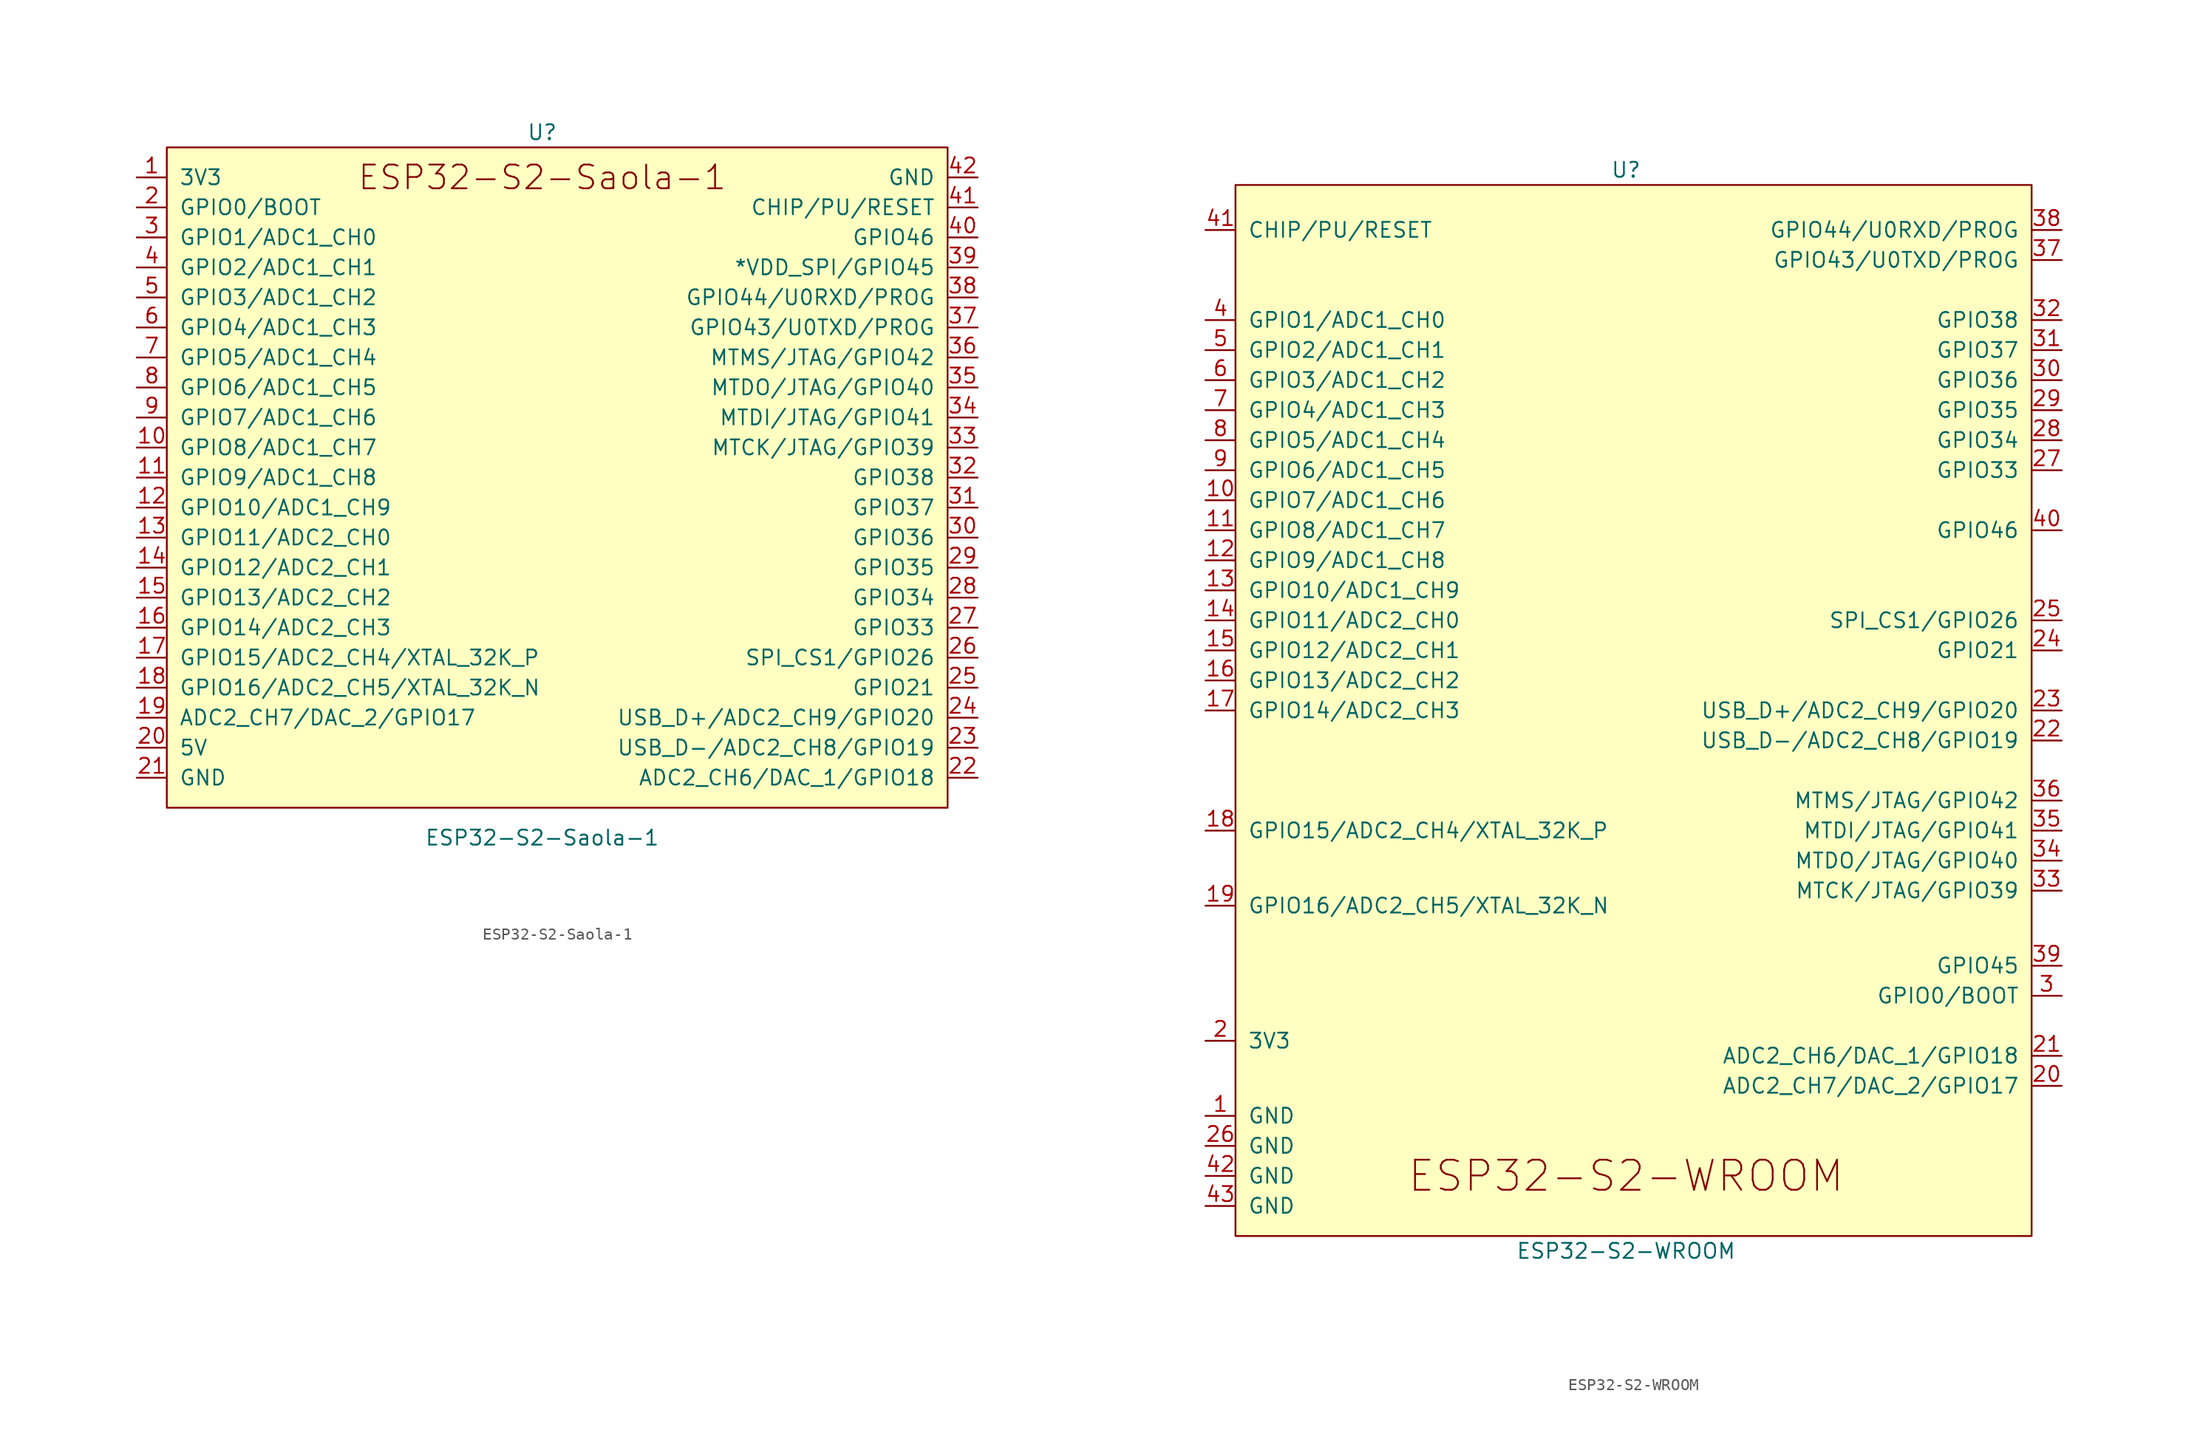
<source format=kicad_sym>
(kicad_symbol_lib
  (version 20211014)
  (generator kicad_symbol_editor)
  (symbol "ESP32-S2-Saola-1"
    (pin_names
      (offset 1.016))
    (property "Reference" "U"
      (at 0 27.94 0)
      (effects (font (size 1.27 1.27))))
    (property "Value" "ESP32-S2-Saola-1"
      (at 0 -31.75 0)
      (effects (font (size 1.27 1.27))))
    (symbol "ESP32-S2-Saola-1_0_0"
      (text "ESP32-S2-Saola-1" (at 0 24.13 0) (effects (font (size 2.007 2.007))))
      (pin power_in line (at -34.29 24.13 0) (length 2.54) (name "3V3" (effects (font (size 1.27 1.27)))) (number "1" (effects (font (size 1.27 1.27)))))
      (pin bidirectional line (at -34.29 1.27 0) (length 2.54) (name "GPIO8/ADC1_CH7" (effects (font (size 1.27 1.27)))) (number "10" (effects (font (size 1.27 1.27)))))
      (pin bidirectional line (at -34.29 -1.27 0) (length 2.54) (name "GPIO9/ADC1_CH8" (effects (font (size 1.27 1.27)))) (number "11" (effects (font (size 1.27 1.27)))))
      (pin bidirectional line (at -34.29 -3.81 0) (length 2.54) (name "GPIO10/ADC1_CH9" (effects (font (size 1.27 1.27)))) (number "12" (effects (font (size 1.27 1.27)))))
      (pin bidirectional line (at -34.29 -6.35 0) (length 2.54) (name "GPIO11/ADC2_CH0" (effects (font (size 1.27 1.27)))) (number "13" (effects (font (size 1.27 1.27)))))
      (pin bidirectional line (at -34.29 -8.89 0) (length 2.54) (name "GPIO12/ADC2_CH1" (effects (font (size 1.27 1.27)))) (number "14" (effects (font (size 1.27 1.27)))))
      (pin bidirectional line (at -34.29 -11.43 0) (length 2.54) (name "GPIO13/ADC2_CH2" (effects (font (size 1.27 1.27)))) (number "15" (effects (font (size 1.27 1.27)))))
      (pin bidirectional line (at -34.29 -13.97 0) (length 2.54) (name "GPIO14/ADC2_CH3" (effects (font (size 1.27 1.27)))) (number "16" (effects (font (size 1.27 1.27)))))
      (pin bidirectional line (at -34.29 -16.51 0) (length 2.54) (name "GPIO15/ADC2_CH4/XTAL_32K_P" (effects (font (size 1.27 1.27)))) (number "17" (effects (font (size 1.27 1.27)))))
      (pin bidirectional line (at -34.29 -19.05 0) (length 2.54) (name "GPIO16/ADC2_CH5/XTAL_32K_N" (effects (font (size 1.27 1.27)))) (number "18" (effects (font (size 1.27 1.27)))))
      (pin bidirectional line (at -34.29 -21.59 0) (length 2.54) (name "ADC2_CH7/DAC_2/GPIO17" (effects (font (size 1.27 1.27)))) (number "19" (effects (font (size 1.27 1.27)))))
      (pin bidirectional line (at -34.29 21.59 0) (length 2.54) (name "GPIO0/BOOT" (effects (font (size 1.27 1.27)))) (number "2" (effects (font (size 1.27 1.27)))))
      (pin power_in line (at -34.29 -24.13 0) (length 2.54) (name "5V" (effects (font (size 1.27 1.27)))) (number "20" (effects (font (size 1.27 1.27)))))
      (pin power_in line (at -34.29 -26.67 0) (length 2.54) (name "GND" (effects (font (size 1.27 1.27)))) (number "21" (effects (font (size 1.27 1.27)))))
      (pin bidirectional line (at 36.83 -26.67 180) (length 2.54) (name "ADC2_CH6/DAC_1/GPIO18" (effects (font (size 1.27 1.27)))) (number "22" (effects (font (size 1.27 1.27)))))
      (pin bidirectional line (at 36.83 -24.13 180) (length 2.54) (name "USB_D-/ADC2_CH8/GPIO19" (effects (font (size 1.27 1.27)))) (number "23" (effects (font (size 1.27 1.27)))))
      (pin bidirectional line (at 36.83 -21.59 180) (length 2.54) (name "USB_D+/ADC2_CH9/GPIO20" (effects (font (size 1.27 1.27)))) (number "24" (effects (font (size 1.27 1.27)))))
      (pin bidirectional line (at 36.83 -19.05 180) (length 2.54) (name "GPIO21" (effects (font (size 1.27 1.27)))) (number "25" (effects (font (size 1.27 1.27)))))
      (pin bidirectional line (at 36.83 -16.51 180) (length 2.54) (name "SPI_CS1/GPIO26" (effects (font (size 1.27 1.27)))) (number "26" (effects (font (size 1.27 1.27)))))
      (pin bidirectional line (at 36.83 -13.97 180) (length 2.54) (name "GPIO33" (effects (font (size 1.27 1.27)))) (number "27" (effects (font (size 1.27 1.27)))))
      (pin bidirectional line (at 36.83 -11.43 180) (length 2.54) (name "GPIO34" (effects (font (size 1.27 1.27)))) (number "28" (effects (font (size 1.27 1.27)))))
      (pin bidirectional line (at 36.83 -8.89 180) (length 2.54) (name "GPIO35" (effects (font (size 1.27 1.27)))) (number "29" (effects (font (size 1.27 1.27)))))
      (pin bidirectional line (at -34.29 19.05 0) (length 2.54) (name "GPIO1/ADC1_CH0" (effects (font (size 1.27 1.27)))) (number "3" (effects (font (size 1.27 1.27)))))
      (pin bidirectional line (at 36.83 -6.35 180) (length 2.54) (name "GPIO36" (effects (font (size 1.27 1.27)))) (number "30" (effects (font (size 1.27 1.27)))))
      (pin bidirectional line (at 36.83 -3.81 180) (length 2.54) (name "GPIO37" (effects (font (size 1.27 1.27)))) (number "31" (effects (font (size 1.27 1.27)))))
      (pin bidirectional line (at 36.83 -1.27 180) (length 2.54) (name "GPIO38" (effects (font (size 1.27 1.27)))) (number "32" (effects (font (size 1.27 1.27)))))
      (pin bidirectional line (at 36.83 1.27 180) (length 2.54) (name "MTCK/JTAG/GPIO39" (effects (font (size 1.27 1.27)))) (number "33" (effects (font (size 1.27 1.27)))))
      (pin bidirectional line (at 36.83 3.81 180) (length 2.54) (name "MTDI/JTAG/GPIO41" (effects (font (size 1.27 1.27)))) (number "34" (effects (font (size 1.27 1.27)))))
      (pin bidirectional line (at 36.83 6.35 180) (length 2.54) (name "MTDO/JTAG/GPIO40" (effects (font (size 1.27 1.27)))) (number "35" (effects (font (size 1.27 1.27)))))
      (pin bidirectional line (at 36.83 8.89 180) (length 2.54) (name "MTMS/JTAG/GPIO42" (effects (font (size 1.27 1.27)))) (number "36" (effects (font (size 1.27 1.27)))))
      (pin bidirectional line (at 36.83 11.43 180) (length 2.54) (name "GPIO43/U0TXD/PROG" (effects (font (size 1.27 1.27)))) (number "37" (effects (font (size 1.27 1.27)))))
      (pin bidirectional line (at 36.83 13.97 180) (length 2.54) (name "GPIO44/U0RXD/PROG" (effects (font (size 1.27 1.27)))) (number "38" (effects (font (size 1.27 1.27)))))
      (pin bidirectional line (at 36.83 16.51 180) (length 2.54) (name "*VDD_SPI/GPIO45" (effects (font (size 1.27 1.27)))) (number "39" (effects (font (size 1.27 1.27)))))
      (pin unspecified line (at -34.29 16.51 0) (length 2.54) (name "GPIO2/ADC1_CH1" (effects (font (size 1.27 1.27)))) (number "4" (effects (font (size 1.27 1.27)))))
      (pin input line (at 36.83 19.05 180) (length 2.54) (name "GPIO46" (effects (font (size 1.27 1.27)))) (number "40" (effects (font (size 1.27 1.27)))))
      (pin input line (at 36.83 21.59 180) (length 2.54) (name "CHIP/PU/RESET" (effects (font (size 1.27 1.27)))) (number "41" (effects (font (size 1.27 1.27)))))
      (pin power_in line (at 36.83 24.13 180) (length 2.54) (name "GND" (effects (font (size 1.27 1.27)))) (number "42" (effects (font (size 1.27 1.27)))))
      (pin bidirectional line (at -34.29 13.97 0) (length 2.54) (name "GPIO3/ADC1_CH2" (effects (font (size 1.27 1.27)))) (number "5" (effects (font (size 1.27 1.27)))))
      (pin bidirectional line (at -34.29 11.43 0) (length 2.54) (name "GPIO4/ADC1_CH3" (effects (font (size 1.27 1.27)))) (number "6" (effects (font (size 1.27 1.27)))))
      (pin bidirectional line (at -34.29 8.89 0) (length 2.54) (name "GPIO5/ADC1_CH4" (effects (font (size 1.27 1.27)))) (number "7" (effects (font (size 1.27 1.27)))))
      (pin bidirectional line (at -34.29 6.35 0) (length 2.54) (name "GPIO6/ADC1_CH5" (effects (font (size 1.27 1.27)))) (number "8" (effects (font (size 1.27 1.27)))))
      (pin bidirectional line (at -34.29 3.81 0) (length 2.54) (name "GPIO7/ADC1_CH6" (effects (font (size 1.27 1.27)))) (number "9" (effects (font (size 1.27 1.27))))))
    (symbol "ESP32-S2-Saola-1_0_1"
      (rectangle (start -31.75 26.67) (end 34.29 -29.21) (stroke (width 0) (type default) (color 0 0 0 0)) (fill (type background)))))
  (symbol "ESP32-S2-WROOM"
    (pin_names
      (offset 1.016))
    (property "Reference" "U"
      (at 0 45.72 0)
      (effects (font (size 1.27 1.27))))
    (property "Value" "ESP32-S2-WROOM"
      (at 0 -45.72 0)
      (effects (font (size 1.27 1.27))))
    (symbol "ESP32-S2-WROOM_0_0"
      (pin power_in line (at -35.56 -41.91 0) (length 2.54) (name "GND" (effects (font (size 1.27 1.27)))) (number "43" (effects (font (size 1.27 1.27))))))
    (symbol "ESP32-S2-WROOM_1_1"
      (rectangle (start -33.02 44.45) (end 34.29 -44.45) (stroke (width 0) (type default) (color 0 0 0 0)) (fill (type background)))
      (text "ESP32-S2-WROOM" (at 0 -39.37 0) (effects (font (size 2.54 2.54))))
      (pin power_in line (at -35.56 -34.29 0) (length 2.54) (name "GND" (effects (font (size 1.27 1.27)))) (number "1" (effects (font (size 1.27 1.27)))))
      (pin bidirectional line (at -35.56 17.78 0) (length 2.54) (name "GPIO7/ADC1_CH6" (effects (font (size 1.27 1.27)))) (number "10" (effects (font (size 1.27 1.27)))))
      (pin bidirectional line (at -35.56 15.24 0) (length 2.54) (name "GPIO8/ADC1_CH7" (effects (font (size 1.27 1.27)))) (number "11" (effects (font (size 1.27 1.27)))))
      (pin bidirectional line (at -35.56 12.7 0) (length 2.54) (name "GPIO9/ADC1_CH8" (effects (font (size 1.27 1.27)))) (number "12" (effects (font (size 1.27 1.27)))))
      (pin bidirectional line (at -35.56 10.16 0) (length 2.54) (name "GPIO10/ADC1_CH9" (effects (font (size 1.27 1.27)))) (number "13" (effects (font (size 1.27 1.27)))))
      (pin bidirectional line (at -35.56 7.62 0) (length 2.54) (name "GPIO11/ADC2_CH0" (effects (font (size 1.27 1.27)))) (number "14" (effects (font (size 1.27 1.27)))))
      (pin bidirectional line (at -35.56 5.08 0) (length 2.54) (name "GPIO12/ADC2_CH1" (effects (font (size 1.27 1.27)))) (number "15" (effects (font (size 1.27 1.27)))))
      (pin bidirectional line (at -35.56 2.54 0) (length 2.54) (name "GPIO13/ADC2_CH2" (effects (font (size 1.27 1.27)))) (number "16" (effects (font (size 1.27 1.27)))))
      (pin bidirectional line (at -35.56 0 0) (length 2.54) (name "GPIO14/ADC2_CH3" (effects (font (size 1.27 1.27)))) (number "17" (effects (font (size 1.27 1.27)))))
      (pin bidirectional line (at -35.56 -10.16 0) (length 2.54) (name "GPIO15/ADC2_CH4/XTAL_32K_P" (effects (font (size 1.27 1.27)))) (number "18" (effects (font (size 1.27 1.27)))))
      (pin bidirectional line (at -35.56 -16.51 0) (length 2.54) (name "GPIO16/ADC2_CH5/XTAL_32K_N" (effects (font (size 1.27 1.27)))) (number "19" (effects (font (size 1.27 1.27)))))
      (pin power_in line (at -35.56 -27.94 0) (length 2.54) (name "3V3" (effects (font (size 1.27 1.27)))) (number "2" (effects (font (size 1.27 1.27)))))
      (pin bidirectional line (at 36.83 -31.75 180) (length 2.54) (name "ADC2_CH7/DAC_2/GPIO17" (effects (font (size 1.27 1.27)))) (number "20" (effects (font (size 1.27 1.27)))))
      (pin bidirectional line (at 36.83 -29.21 180) (length 2.54) (name "ADC2_CH6/DAC_1/GPIO18" (effects (font (size 1.27 1.27)))) (number "21" (effects (font (size 1.27 1.27)))))
      (pin bidirectional line (at 36.83 -2.54 180) (length 2.54) (name "USB_D-/ADC2_CH8/GPIO19" (effects (font (size 1.27 1.27)))) (number "22" (effects (font (size 1.27 1.27)))))
      (pin bidirectional line (at 36.83 0 180) (length 2.54) (name "USB_D+/ADC2_CH9/GPIO20" (effects (font (size 1.27 1.27)))) (number "23" (effects (font (size 1.27 1.27)))))
      (pin bidirectional line (at 36.83 5.08 180) (length 2.54) (name "GPIO21" (effects (font (size 1.27 1.27)))) (number "24" (effects (font (size 1.27 1.27)))))
      (pin bidirectional line (at 36.83 7.62 180) (length 2.54) (name "SPI_CS1/GPIO26" (effects (font (size 1.27 1.27)))) (number "25" (effects (font (size 1.27 1.27)))))
      (pin power_in line (at -35.56 -36.83 0) (length 2.54) (name "GND" (effects (font (size 1.27 1.27)))) (number "26" (effects (font (size 1.27 1.27)))))
      (pin bidirectional line (at 36.83 20.32 180) (length 2.54) (name "GPIO33" (effects (font (size 1.27 1.27)))) (number "27" (effects (font (size 1.27 1.27)))))
      (pin bidirectional line (at 36.83 22.86 180) (length 2.54) (name "GPIO34" (effects (font (size 1.27 1.27)))) (number "28" (effects (font (size 1.27 1.27)))))
      (pin bidirectional line (at 36.83 25.4 180) (length 2.54) (name "GPIO35" (effects (font (size 1.27 1.27)))) (number "29" (effects (font (size 1.27 1.27)))))
      (pin bidirectional line (at 36.83 -24.13 180) (length 2.54) (name "GPIO0/BOOT" (effects (font (size 1.27 1.27)))) (number "3" (effects (font (size 1.27 1.27)))))
      (pin bidirectional line (at 36.83 27.94 180) (length 2.54) (name "GPIO36" (effects (font (size 1.27 1.27)))) (number "30" (effects (font (size 1.27 1.27)))))
      (pin bidirectional line (at 36.83 30.48 180) (length 2.54) (name "GPIO37" (effects (font (size 1.27 1.27)))) (number "31" (effects (font (size 1.27 1.27)))))
      (pin bidirectional line (at 36.83 33.02 180) (length 2.54) (name "GPIO38" (effects (font (size 1.27 1.27)))) (number "32" (effects (font (size 1.27 1.27)))))
      (pin bidirectional line (at 36.83 -15.24 180) (length 2.54) (name "MTCK/JTAG/GPIO39" (effects (font (size 1.27 1.27)))) (number "33" (effects (font (size 1.27 1.27)))))
      (pin bidirectional line (at 36.83 -12.7 180) (length 2.54) (name "MTDO/JTAG/GPIO40" (effects (font (size 1.27 1.27)))) (number "34" (effects (font (size 1.27 1.27)))))
      (pin bidirectional line (at 36.83 -10.16 180) (length 2.54) (name "MTDI/JTAG/GPIO41" (effects (font (size 1.27 1.27)))) (number "35" (effects (font (size 1.27 1.27)))))
      (pin bidirectional line (at 36.83 -7.62 180) (length 2.54) (name "MTMS/JTAG/GPIO42" (effects (font (size 1.27 1.27)))) (number "36" (effects (font (size 1.27 1.27)))))
      (pin bidirectional line (at 36.83 38.1 180) (length 2.54) (name "GPIO43/U0TXD/PROG" (effects (font (size 1.27 1.27)))) (number "37" (effects (font (size 1.27 1.27)))))
      (pin bidirectional line (at 36.83 40.64 180) (length 2.54) (name "GPIO44/U0RXD/PROG" (effects (font (size 1.27 1.27)))) (number "38" (effects (font (size 1.27 1.27)))))
      (pin bidirectional line (at 36.83 -21.59 180) (length 2.54) (name "GPIO45" (effects (font (size 1.27 1.27)))) (number "39" (effects (font (size 1.27 1.27)))))
      (pin bidirectional line (at -35.56 33.02 0) (length 2.54) (name "GPIO1/ADC1_CH0" (effects (font (size 1.27 1.27)))) (number "4" (effects (font (size 1.27 1.27)))))
      (pin input line (at 36.83 15.24 180) (length 2.54) (name "GPIO46" (effects (font (size 1.27 1.27)))) (number "40" (effects (font (size 1.27 1.27)))))
      (pin input line (at -35.56 40.64 0) (length 2.54) (name "CHIP/PU/RESET" (effects (font (size 1.27 1.27)))) (number "41" (effects (font (size 1.27 1.27)))))
      (pin power_in line (at -35.56 -39.37 0) (length 2.54) (name "GND" (effects (font (size 1.27 1.27)))) (number "42" (effects (font (size 1.27 1.27)))))
      (pin bidirectional line (at -35.56 30.48 0) (length 2.54) (name "GPIO2/ADC1_CH1" (effects (font (size 1.27 1.27)))) (number "5" (effects (font (size 1.27 1.27)))))
      (pin bidirectional line (at -35.56 27.94 0) (length 2.54) (name "GPIO3/ADC1_CH2" (effects (font (size 1.27 1.27)))) (number "6" (effects (font (size 1.27 1.27)))))
      (pin bidirectional line (at -35.56 25.4 0) (length 2.54) (name "GPIO4/ADC1_CH3" (effects (font (size 1.27 1.27)))) (number "7" (effects (font (size 1.27 1.27)))))
      (pin bidirectional line (at -35.56 22.86 0) (length 2.54) (name "GPIO5/ADC1_CH4" (effects (font (size 1.27 1.27)))) (number "8" (effects (font (size 1.27 1.27)))))
      (pin bidirectional line (at -35.56 20.32 0) (length 2.54) (name "GPIO6/ADC1_CH5" (effects (font (size 1.27 1.27)))) (number "9" (effects (font (size 1.27 1.27))))))))
</source>
